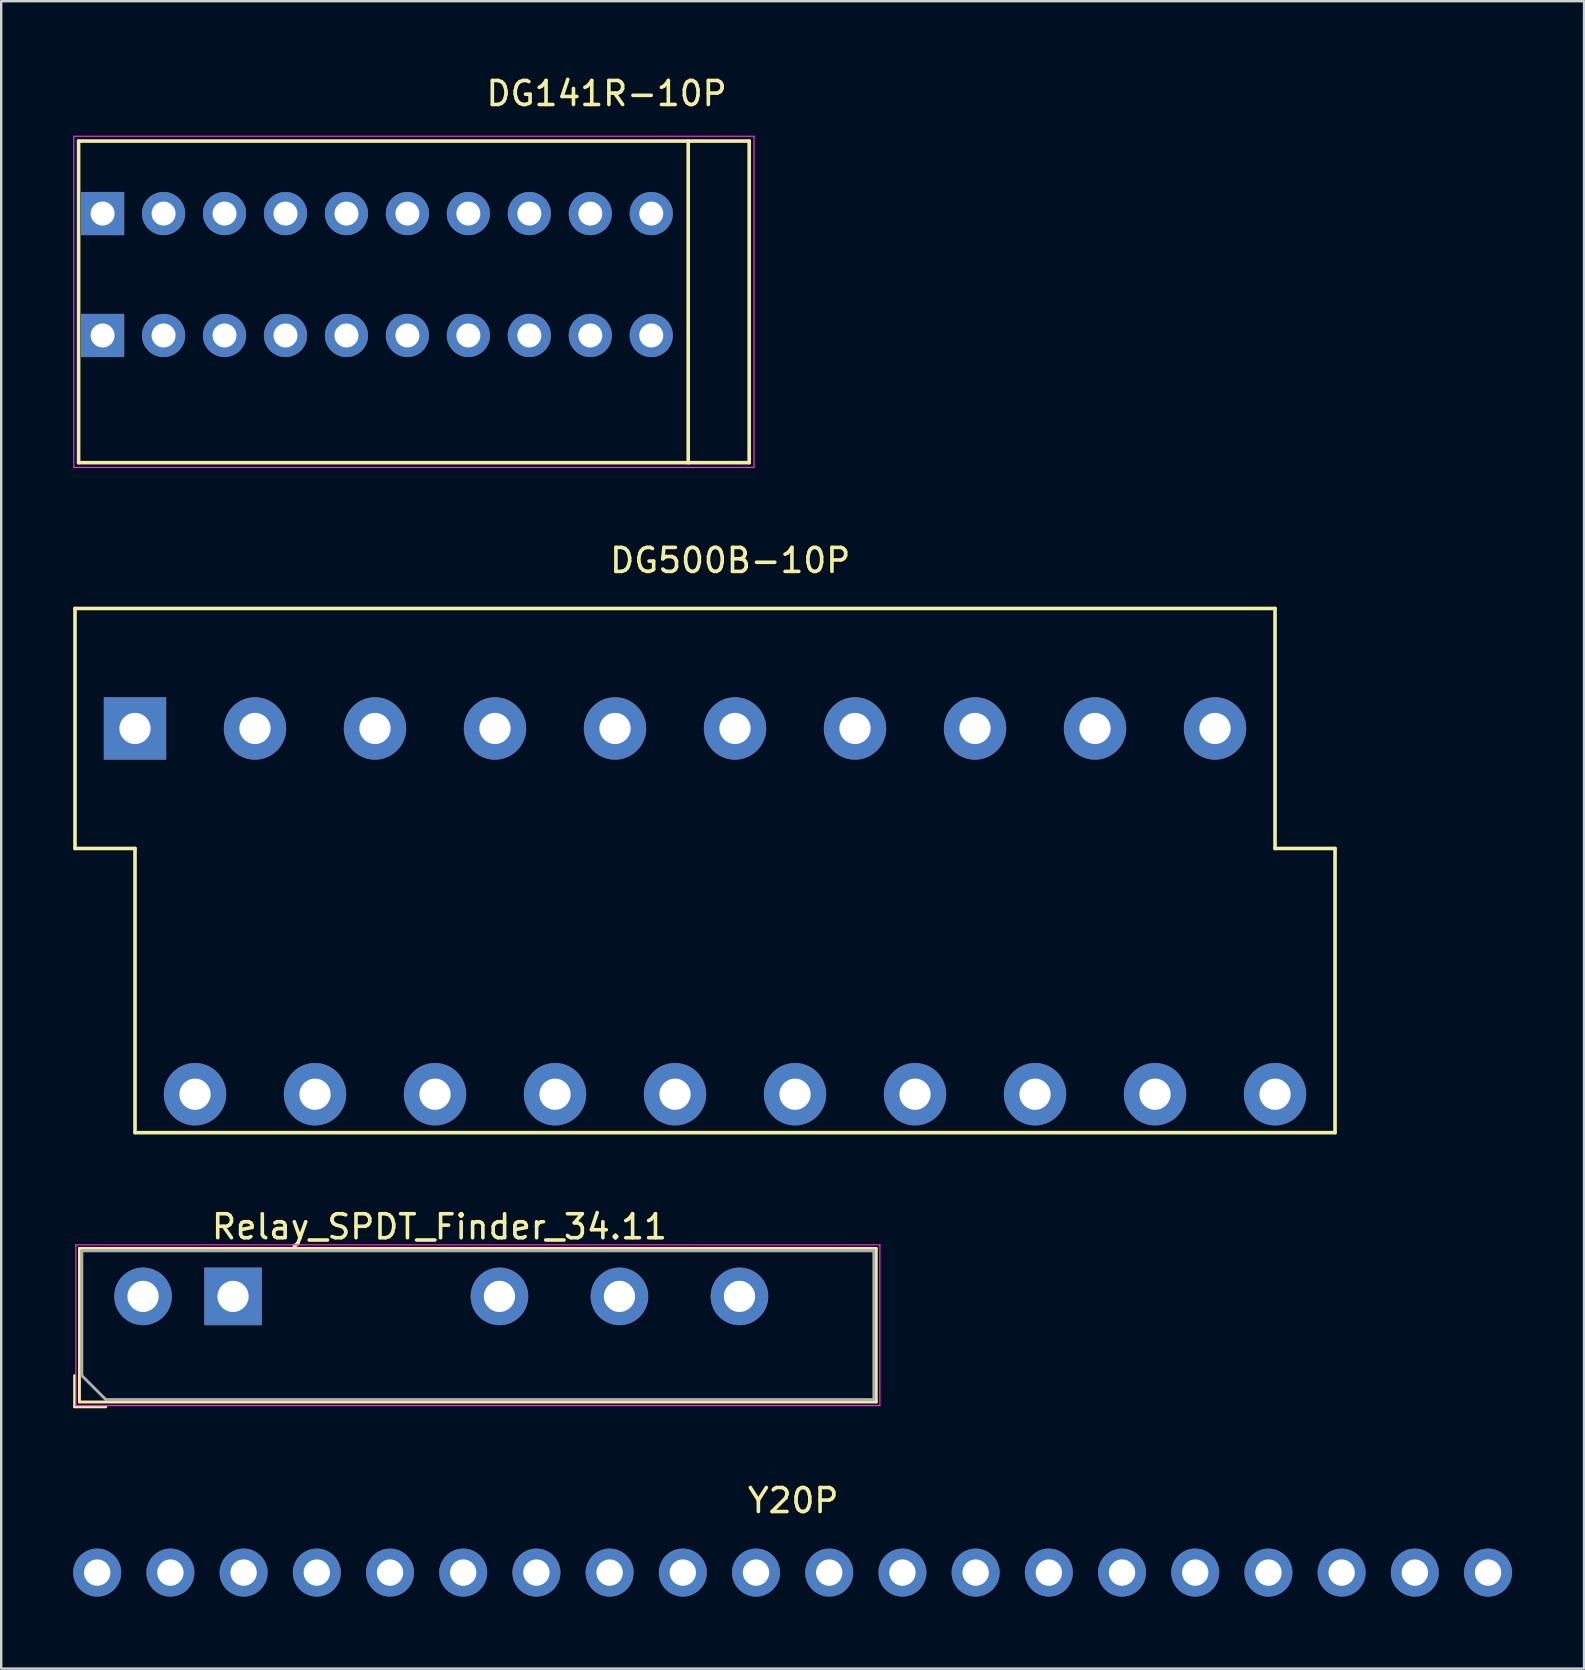
<source format=kicad_pcb>
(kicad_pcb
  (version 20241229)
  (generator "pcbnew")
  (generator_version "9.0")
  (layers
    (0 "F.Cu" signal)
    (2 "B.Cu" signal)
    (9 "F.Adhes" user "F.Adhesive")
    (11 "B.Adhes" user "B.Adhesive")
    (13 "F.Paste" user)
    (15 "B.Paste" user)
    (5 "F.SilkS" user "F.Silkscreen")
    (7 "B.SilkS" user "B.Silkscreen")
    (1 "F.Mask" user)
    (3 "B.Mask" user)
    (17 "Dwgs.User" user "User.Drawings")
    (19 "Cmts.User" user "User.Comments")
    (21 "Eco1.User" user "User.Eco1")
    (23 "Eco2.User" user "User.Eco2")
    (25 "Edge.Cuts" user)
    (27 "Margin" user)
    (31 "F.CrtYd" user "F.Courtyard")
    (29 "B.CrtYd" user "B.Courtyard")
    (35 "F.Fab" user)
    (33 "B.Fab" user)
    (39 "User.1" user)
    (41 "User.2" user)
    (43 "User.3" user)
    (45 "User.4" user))
  (footprint "Relay_SPDT_Finder_34.11"
    (layer "F.Cu")
    (at 6.66 50.965)
    (property "Reference" "Relay_SPDT_Finder_34.11" (at 8.6 -2.9 0) (layer "F.SilkS") (effects (font (size 1 1) (thickness 0.15))))
    (attr through_hole)
    (fp_line (start -6.6 4.6) (end -6.6 3.3) (stroke (width 0.12) (type solid)) (layer "F.SilkS"))
    (fp_line (start -6.4 -2) (end 26.8 -2) (stroke (width 0.12) (type solid)) (layer "F.SilkS"))
    (fp_line (start -6.4 4.4) (end -6.4 -2) (stroke (width 0.12) (type solid)) (layer "F.SilkS"))
    (fp_line (start -5.3 4.6) (end -6.6 4.6) (stroke (width 0.12) (type solid)) (layer "F.SilkS"))
    (fp_line (start 26.8 -2) (end 26.8 4.4) (stroke (width 0.12) (type solid)) (layer "F.SilkS"))
    (fp_line (start 26.8 4.4) (end -6.4 4.4) (stroke (width 0.12) (type solid)) (layer "F.SilkS"))
    (fp_line (start -6.55 -2.15) (end -6.55 4.55) (stroke (width 0.05) (type solid)) (layer "F.CrtYd"))
    (fp_line (start -6.55 -2.15) (end 26.95 -2.15) (stroke (width 0.05) (type solid)) (layer "F.CrtYd"))
    (fp_line (start 26.95 4.55) (end -6.55 4.55) (stroke (width 0.05) (type solid)) (layer "F.CrtYd"))
    (fp_line (start 26.95 4.55) (end 26.95 -2.15) (stroke (width 0.05) (type solid)) (layer "F.CrtYd"))
    (fp_line (start -6.3 -1.9) (end 26.7 -1.9) (stroke (width 0.12) (type solid)) (layer "F.Fab"))
    (fp_line (start -6.3 3.3) (end -6.3 -1.9) (stroke (width 0.12) (type solid)) (layer "F.Fab"))
    (fp_line (start -5.3 4.3) (end -6.3 3.3) (stroke (width 0.12) (type solid)) (layer "F.Fab"))
    (fp_line (start 26.7 -1.9) (end 26.7 4.3) (stroke (width 0.12) (type solid)) (layer "F.Fab"))
    (fp_line (start 26.7 4.3) (end -5.3 4.3) (stroke (width 0.12) (type solid)) (layer "F.Fab"))
    (pad "11" thru_hole circle (at 16.1 0) (size 2.4 2.4) (drill 1.3) (layers "*.Cu" "*.Mask"))
    (pad "12" thru_hole circle (at 11.1 0) (size 2.4 2.4) (drill 1.3) (layers "*.Cu" "*.Mask"))
    (pad "14" thru_hole circle (at 21.1 0) (size 2.4 2.4) (drill 1.3) (layers "*.Cu" "*.Mask"))
    (pad "A1" thru_hole rect (at 0 0) (size 2.4 2.4) (drill 1.3) (layers "*.Cu" "*.Mask"))
    (pad "A2" thru_hole circle (at -3.75 0) (size 2.4 2.4) (drill 1.3) (layers "*.Cu" "*.Mask")))
  (footprint "DG500B-10P"
    (layer "F.Cu")
    (at 2.575 27.302)
    (property "Reference" "DG500B-10P" (at 24.8 -7 0) (layer "F.SilkS") (effects (font (size 1 1) (thickness 0.15))))
    (attr through_hole)
    (fp_line (start -2.5 -5) (end -2.5 5) (stroke (width 0.15) (type solid)) (layer "F.SilkS"))
    (fp_line (start -2.5 -5) (end 47.5 -5) (stroke (width 0.15) (type solid)) (layer "F.SilkS"))
    (fp_line (start -2.5 5) (end 0 5) (stroke (width 0.15) (type solid)) (layer "F.SilkS"))
    (fp_line (start 0 5) (end 0 16.84) (stroke (width 0.15) (type solid)) (layer "F.SilkS"))
    (fp_line (start 0 16.84) (end 50 16.84) (stroke (width 0.15) (type solid)) (layer "F.SilkS"))
    (fp_line (start 47.5 -5) (end 47.5 5) (stroke (width 0.15) (type solid)) (layer "F.SilkS"))
    (fp_line (start 47.5 5) (end 50 5) (stroke (width 0.15) (type solid)) (layer "F.SilkS"))
    (fp_line (start 50 5) (end 50 16.84) (stroke (width 0.15) (type solid)) (layer "F.SilkS"))
    (pad "1" thru_hole rect (at 0 0) (size 2.6 2.6) (drill 1.3) (layers "*.Cu" "*.Mask"))
    (pad "2" thru_hole circle (at 2.5 15.24) (size 2.6 2.6) (drill 1.3) (layers "*.Cu" "*.Mask"))
    (pad "3" thru_hole circle (at 5 0) (size 2.6 2.6) (drill 1.3) (layers "*.Cu" "*.Mask"))
    (pad "4" thru_hole circle (at 7.5 15.24) (size 2.6 2.6) (drill 1.3) (layers "*.Cu" "*.Mask"))
    (pad "5" thru_hole circle (at 10 0) (size 2.6 2.6) (drill 1.3) (layers "*.Cu" "*.Mask"))
    (pad "6" thru_hole circle (at 12.5 15.24) (size 2.6 2.6) (drill 1.3) (layers "*.Cu" "*.Mask"))
    (pad "7" thru_hole circle (at 15 0) (size 2.6 2.6) (drill 1.3) (layers "*.Cu" "*.Mask"))
    (pad "8" thru_hole circle (at 17.5 15.24) (size 2.6 2.6) (drill 1.3) (layers "*.Cu" "*.Mask"))
    (pad "9" thru_hole circle (at 20 0) (size 2.6 2.6) (drill 1.3) (layers "*.Cu" "*.Mask"))
    (pad "10" thru_hole circle (at 22.5 15.24) (size 2.6 2.6) (drill 1.3) (layers "*.Cu" "*.Mask"))
    (pad "11" thru_hole circle (at 25 0) (size 2.6 2.6) (drill 1.3) (layers "*.Cu" "*.Mask"))
    (pad "12" thru_hole circle (at 27.5 15.24) (size 2.6 2.6) (drill 1.3) (layers "*.Cu" "*.Mask"))
    (pad "13" thru_hole circle (at 30 0) (size 2.6 2.6) (drill 1.3) (layers "*.Cu" "*.Mask"))
    (pad "14" thru_hole circle (at 32.5 15.24) (size 2.6 2.6) (drill 1.3) (layers "*.Cu" "*.Mask"))
    (pad "15" thru_hole circle (at 35 0) (size 2.6 2.6) (drill 1.3) (layers "*.Cu" "*.Mask"))
    (pad "16" thru_hole circle (at 37.5 15.24) (size 2.6 2.6) (drill 1.3) (layers "*.Cu" "*.Mask"))
    (pad "17" thru_hole circle (at 40 0) (size 2.6 2.6) (drill 1.3) (layers "*.Cu" "*.Mask"))
    (pad "18" thru_hole circle (at 42.5 15.24) (size 2.6 2.6) (drill 1.3) (layers "*.Cu" "*.Mask"))
    (pad "19" thru_hole circle (at 45 0) (size 2.6 2.6) (drill 1.3) (layers "*.Cu" "*.Mask"))
    (pad "20" thru_hole circle (at 47.5 15.24) (size 2.6 2.6) (drill 1.3) (layers "*.Cu" "*.Mask")))
  (footprint "DG141R-10P"
    (layer "F.Cu")
    (at 1.225 5.848)
    (property "Reference" "DG141R-10P" (at 21 -5 0) (layer "F.SilkS") (effects (font (size 1 1) (thickness 0.15))))
    (attr through_hole)
    (fp_line (start -1 -3.02) (end -1 10.38) (stroke (width 0.15) (type solid)) (layer "F.SilkS"))
    (fp_line (start -1 -3.02) (end 26.94 -3.02) (stroke (width 0.15) (type solid)) (layer "F.SilkS"))
    (fp_line (start -1 10.38) (end 26.94 10.38) (stroke (width 0.15) (type solid)) (layer "F.SilkS"))
    (fp_line (start 24.4 -3.02) (end 24.4 10.38) (stroke (width 0.15) (type solid)) (layer "F.SilkS"))
    (fp_line (start 26.94 -3.02) (end 26.94 10.38) (stroke (width 0.15) (type solid)) (layer "F.SilkS"))
    (fp_line (start -1.2 -3.22) (end -1.2 10.58) (stroke (width 0.05) (type solid)) (layer "F.CrtYd"))
    (fp_line (start -1.2 -3.22) (end 27.14 -3.22) (stroke (width 0.05) (type solid)) (layer "F.CrtYd"))
    (fp_line (start -1.2 10.58) (end 27.14 10.58) (stroke (width 0.05) (type solid)) (layer "F.CrtYd"))
    (fp_line (start 27.14 -3.22) (end 27.14 10.58) (stroke (width 0.05) (type solid)) (layer "F.CrtYd"))
    (pad "1" thru_hole rect (at 0 0) (size 1.8 1.8) (drill 1) (layers "*.Cu" "*.Mask"))
    (pad "1" thru_hole rect (at 0 5.08) (size 1.8 1.8) (drill 1) (layers "*.Cu" "*.Mask"))
    (pad "2" thru_hole circle (at 2.54 0) (size 1.8 1.8) (drill 1) (layers "*.Cu" "*.Mask"))
    (pad "2" thru_hole circle (at 2.54 5.08) (size 1.8 1.8) (drill 1) (layers "*.Cu" "*.Mask"))
    (pad "3" thru_hole circle (at 5.08 0) (size 1.8 1.8) (drill 1) (layers "*.Cu" "*.Mask"))
    (pad "3" thru_hole circle (at 5.08 5.08) (size 1.8 1.8) (drill 1) (layers "*.Cu" "*.Mask"))
    (pad "4" thru_hole circle (at 7.62 0) (size 1.8 1.8) (drill 1) (layers "*.Cu" "*.Mask"))
    (pad "4" thru_hole circle (at 7.62 5.08) (size 1.8 1.8) (drill 1) (layers "*.Cu" "*.Mask"))
    (pad "5" thru_hole circle (at 10.16 0) (size 1.8 1.8) (drill 1) (layers "*.Cu" "*.Mask"))
    (pad "5" thru_hole circle (at 10.16 5.08) (size 1.8 1.8) (drill 1) (layers "*.Cu" "*.Mask"))
    (pad "6" thru_hole circle (at 12.7 0) (size 1.8 1.8) (drill 1) (layers "*.Cu" "*.Mask"))
    (pad "6" thru_hole circle (at 12.7 5.08) (size 1.8 1.8) (drill 1) (layers "*.Cu" "*.Mask"))
    (pad "7" thru_hole circle (at 15.24 0) (size 1.8 1.8) (drill 1) (layers "*.Cu" "*.Mask"))
    (pad "7" thru_hole circle (at 15.24 5.08) (size 1.8 1.8) (drill 1) (layers "*.Cu" "*.Mask"))
    (pad "8" thru_hole circle (at 17.78 0) (size 1.8 1.8) (drill 1) (layers "*.Cu" "*.Mask"))
    (pad "8" thru_hole circle (at 17.78 5.08) (size 1.8 1.8) (drill 1) (layers "*.Cu" "*.Mask"))
    (pad "9" thru_hole circle (at 20.32 0) (size 1.8 1.8) (drill 1) (layers "*.Cu" "*.Mask"))
    (pad "9" thru_hole circle (at 20.32 5.08) (size 1.8 1.8) (drill 1) (layers "*.Cu" "*.Mask"))
    (pad "10" thru_hole circle (at 22.86 0) (size 1.8 1.8) (drill 1) (layers "*.Cu" "*.Mask"))
    (pad "10" thru_hole circle (at 22.86 5.08) (size 1.8 1.8) (drill 1) (layers "*.Cu" "*.Mask")))
  (footprint "Y20P"
    (layer "F.Cu")
    (at 1 62.473)
    (property "Reference" "Y20P" (at 29 -3 0) (layer "F.SilkS") (effects (font (size 1 1) (thickness 0.15))))
    (attr through_hole)
    (pad "1" thru_hole circle (at 0 0) (size 2 2) (drill 1.1) (layers "*.Cu" "*.Mask"))
    (pad "2" thru_hole circle (at 3.05 0) (size 2 2) (drill 1.1) (layers "*.Cu" "*.Mask"))
    (pad "3" thru_hole circle (at 6.1 0) (size 2 2) (drill 1.1) (layers "*.Cu" "*.Mask"))
    (pad "4" thru_hole circle (at 9.15 0) (size 2 2) (drill 1.1) (layers "*.Cu" "*.Mask"))
    (pad "5" thru_hole circle (at 12.2 0) (size 2 2) (drill 1.1) (layers "*.Cu" "*.Mask"))
    (pad "6" thru_hole circle (at 15.25 0) (size 2 2) (drill 1.1) (layers "*.Cu" "*.Mask"))
    (pad "7" thru_hole circle (at 18.3 0) (size 2 2) (drill 1.1) (layers "*.Cu" "*.Mask"))
    (pad "8" thru_hole circle (at 21.35 0) (size 2 2) (drill 1.1) (layers "*.Cu" "*.Mask"))
    (pad "9" thru_hole circle (at 24.4 0) (size 2 2) (drill 1.1) (layers "*.Cu" "*.Mask"))
    (pad "10" thru_hole circle (at 27.45 0) (size 2 2) (drill 1.1) (layers "*.Cu" "*.Mask"))
    (pad "11" thru_hole circle (at 30.5 0) (size 2 2) (drill 1.1) (layers "*.Cu" "*.Mask"))
    (pad "12" thru_hole circle (at 33.55 0) (size 2 2) (drill 1.1) (layers "*.Cu" "*.Mask"))
    (pad "13" thru_hole circle (at 36.6 0) (size 2 2) (drill 1.1) (layers "*.Cu" "*.Mask"))
    (pad "14" thru_hole circle (at 39.65 0) (size 2 2) (drill 1.1) (layers "*.Cu" "*.Mask"))
    (pad "15" thru_hole circle (at 42.7 0) (size 2 2) (drill 1.1) (layers "*.Cu" "*.Mask"))
    (pad "16" thru_hole circle (at 45.75 0) (size 2 2) (drill 1.1) (layers "*.Cu" "*.Mask"))
    (pad "17" thru_hole circle (at 48.8 0) (size 2 2) (drill 1.1) (layers "*.Cu" "*.Mask"))
    (pad "18" thru_hole circle (at 51.85 0) (size 2 2) (drill 1.1) (layers "*.Cu" "*.Mask"))
    (pad "19" thru_hole circle (at 54.9 0) (size 2 2) (drill 1.1) (layers "*.Cu" "*.Mask"))
    (pad "20" thru_hole circle (at 57.95 0) (size 2 2) (drill 1.1) (layers "*.Cu" "*.Mask")))
  (gr_rect
    (start -3 -3)
    (end 62.95 66.473)
    (stroke (width 0.1) (type default))
    (fill no)
    (layer "Edge.Cuts")))
</source>
